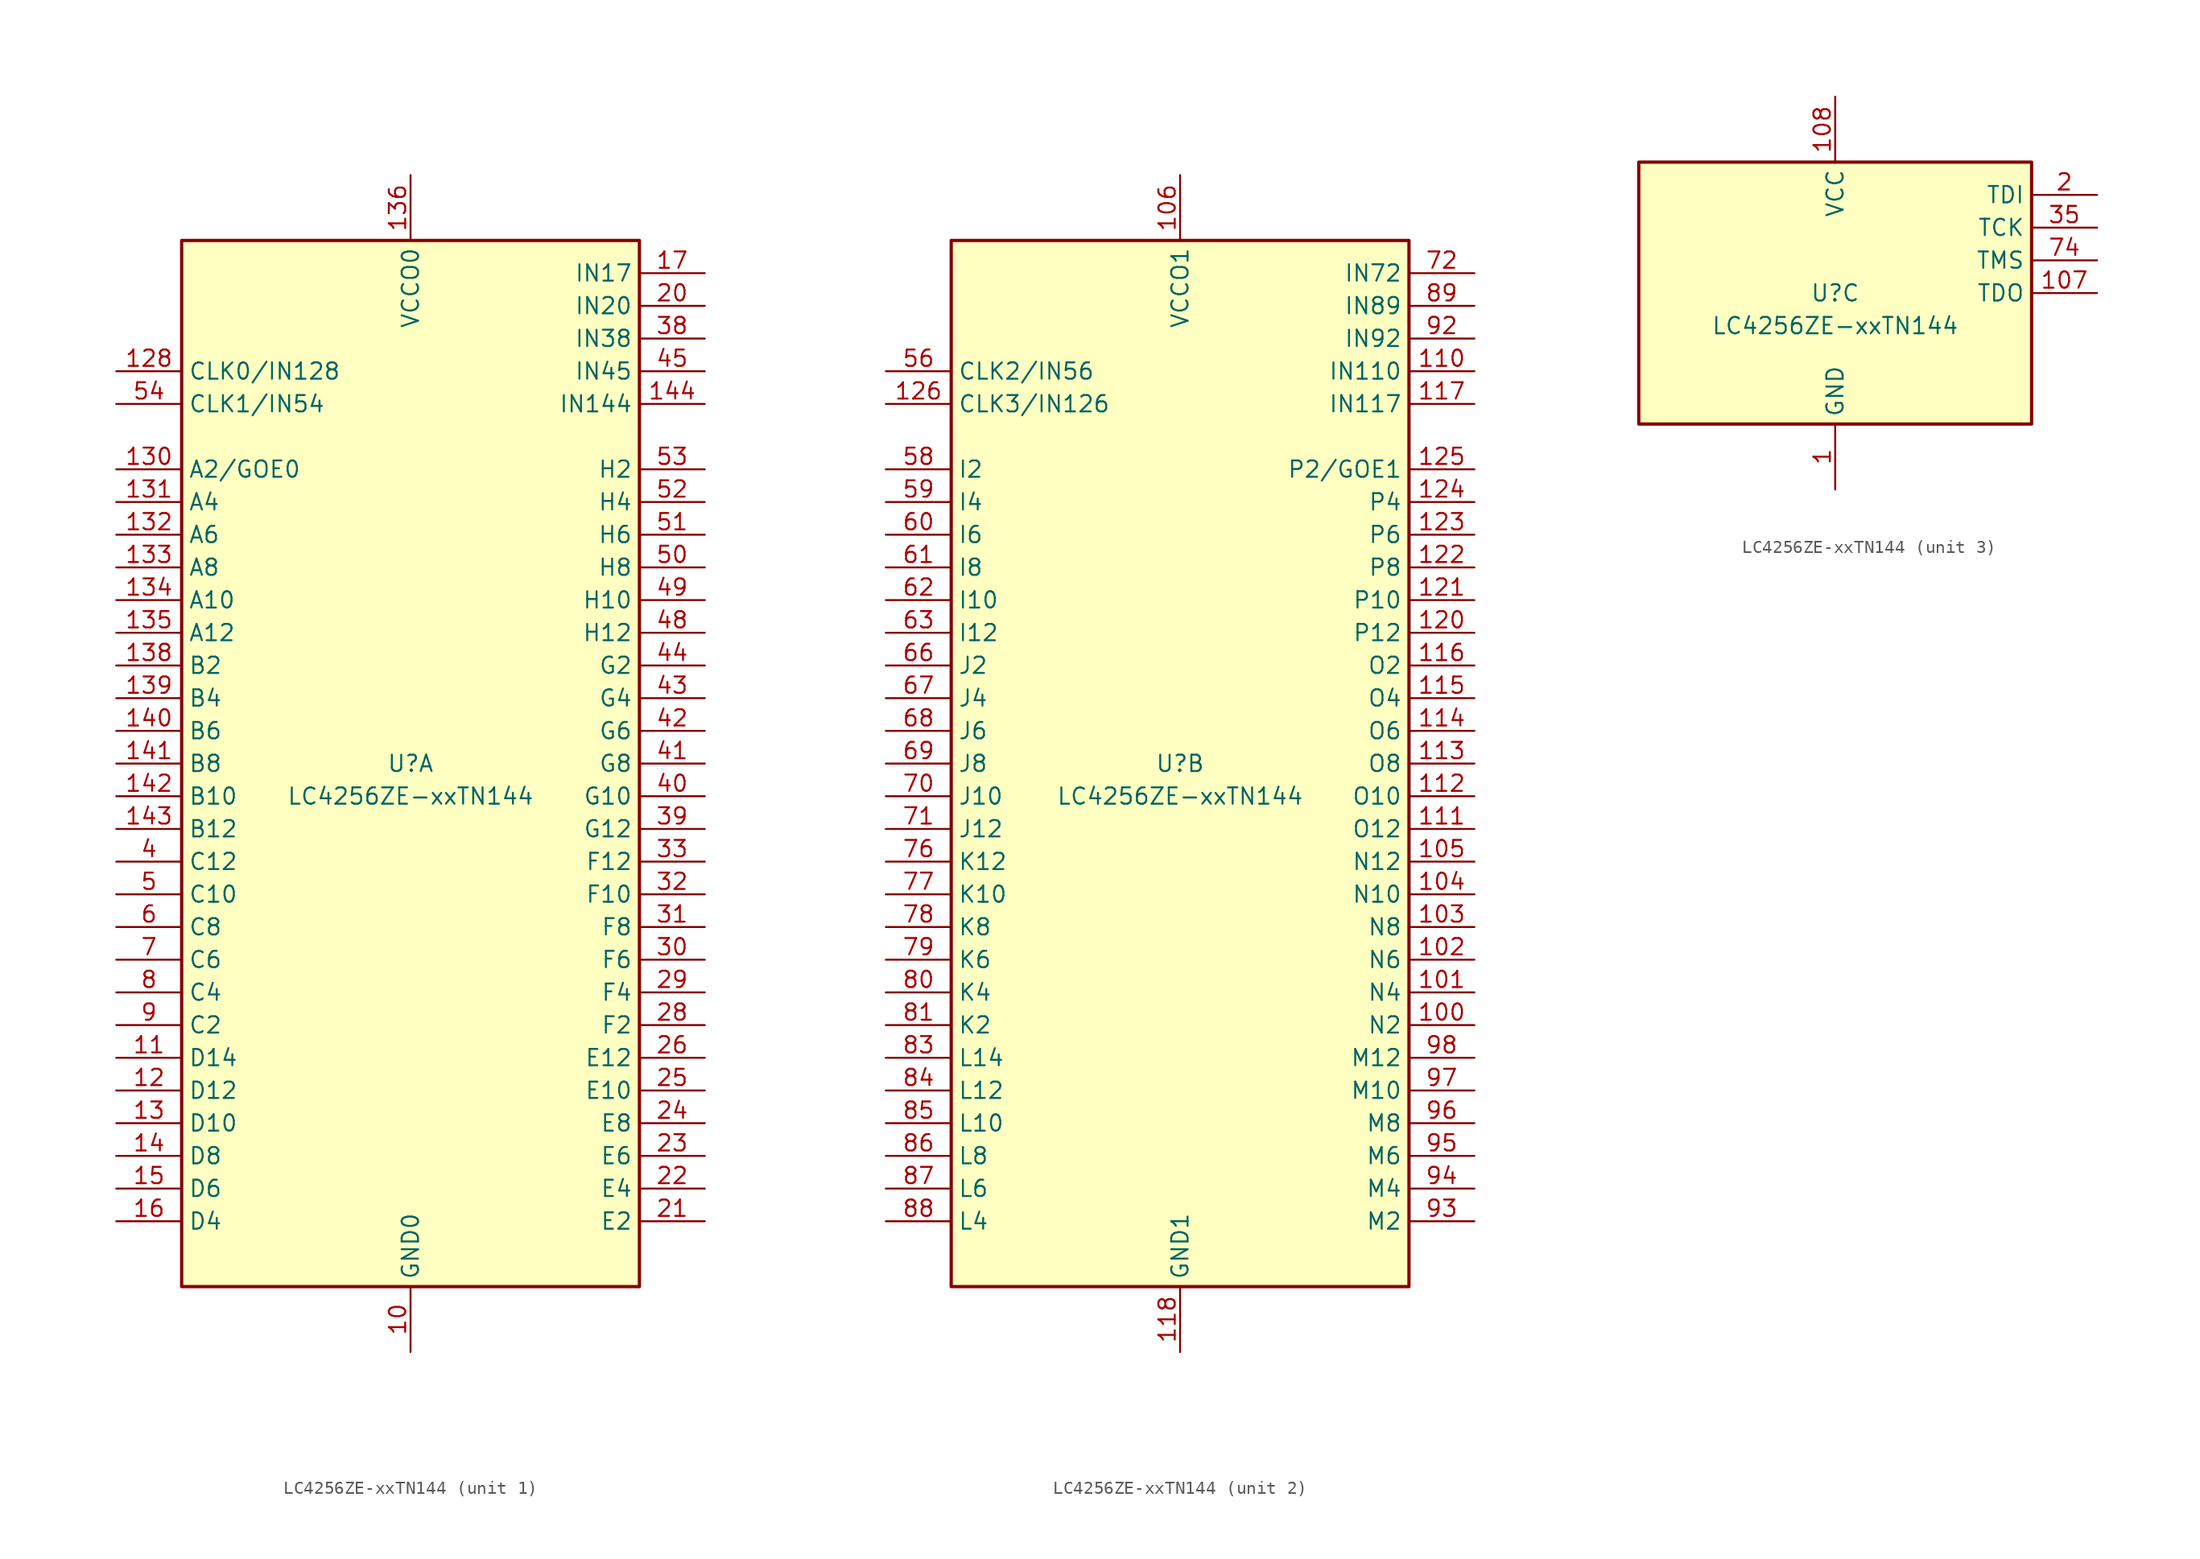
<source format=kicad_sym>
(kicad_symbol_lib
  (version 20210619)
  (generator kicad_symbol_editor)
  (symbol "Gekkio_CPLD_Lattice:LC4256ZE-xxTN144"
    (property "Reference" "U"
      (at 0 0 0)
      (effects (font (size 1.27 1.27))))
    (property "Value" "LC4256ZE-xxTN144"
      (at 0 -2.54 0)
      (effects (font (size 1.27 1.27))))
    (property "ki_locked" ""
      (at 0 0 0)
      (effects (font (size 1.27 1.27))))
    (symbol "LC4256ZE-xxTN144_1_1"
      (rectangle (start -17.78 40.64) (end 17.78 -40.64) (stroke (width 0.254)) (fill (type background)))
      (pin power_in line (at 0 -45.72 90) (length 5.08) (name "GND0" (effects (font (size 1.27 1.27)))) (number "10" (effects (font (size 1.27 1.27)))))
      (pin bidirectional line (at -22.86 -22.86 0) (length 5.08) (name "D14" (effects (font (size 1.27 1.27)))) (number "11" (effects (font (size 1.27 1.27)))))
      (pin bidirectional line (at -22.86 -25.4 0) (length 5.08) (name "D12" (effects (font (size 1.27 1.27)))) (number "12" (effects (font (size 1.27 1.27)))))
      (pin passive line (at 0 -45.72 90) (length 5.08) hide (name "GND0" (effects (font (size 1.27 1.27)))) (number "127" (effects (font (size 1.27 1.27)))))
      (pin input line (at -22.86 30.48 0) (length 5.08) (name "CLK0/IN128" (effects (font (size 1.27 1.27)))) (number "128" (effects (font (size 1.27 1.27)))))
      (pin bidirectional line (at -22.86 -27.94 0) (length 5.08) (name "D10" (effects (font (size 1.27 1.27)))) (number "13" (effects (font (size 1.27 1.27)))))
      (pin bidirectional line (at -22.86 22.86 0) (length 5.08) (name "A2/GOE0" (effects (font (size 1.27 1.27)))) (number "130" (effects (font (size 1.27 1.27)))))
      (pin bidirectional line (at -22.86 20.32 0) (length 5.08) (name "A4" (effects (font (size 1.27 1.27)))) (number "131" (effects (font (size 1.27 1.27)))))
      (pin bidirectional line (at -22.86 17.78 0) (length 5.08) (name "A6" (effects (font (size 1.27 1.27)))) (number "132" (effects (font (size 1.27 1.27)))))
      (pin bidirectional line (at -22.86 15.24 0) (length 5.08) (name "A8" (effects (font (size 1.27 1.27)))) (number "133" (effects (font (size 1.27 1.27)))))
      (pin bidirectional line (at -22.86 12.7 0) (length 5.08) (name "A10" (effects (font (size 1.27 1.27)))) (number "134" (effects (font (size 1.27 1.27)))))
      (pin bidirectional line (at -22.86 10.16 0) (length 5.08) (name "A12" (effects (font (size 1.27 1.27)))) (number "135" (effects (font (size 1.27 1.27)))))
      (pin power_in line (at 0 45.72 270) (length 5.08) (name "VCCO0" (effects (font (size 1.27 1.27)))) (number "136" (effects (font (size 1.27 1.27)))))
      (pin passive line (at 0 -45.72 90) (length 5.08) hide (name "GND0" (effects (font (size 1.27 1.27)))) (number "137" (effects (font (size 1.27 1.27)))))
      (pin bidirectional line (at -22.86 7.62 0) (length 5.08) (name "B2" (effects (font (size 1.27 1.27)))) (number "138" (effects (font (size 1.27 1.27)))))
      (pin bidirectional line (at -22.86 5.08 0) (length 5.08) (name "B4" (effects (font (size 1.27 1.27)))) (number "139" (effects (font (size 1.27 1.27)))))
      (pin bidirectional line (at -22.86 -30.48 0) (length 5.08) (name "D8" (effects (font (size 1.27 1.27)))) (number "14" (effects (font (size 1.27 1.27)))))
      (pin bidirectional line (at -22.86 2.54 0) (length 5.08) (name "B6" (effects (font (size 1.27 1.27)))) (number "140" (effects (font (size 1.27 1.27)))))
      (pin bidirectional line (at -22.86 0 0) (length 5.08) (name "B8" (effects (font (size 1.27 1.27)))) (number "141" (effects (font (size 1.27 1.27)))))
      (pin bidirectional line (at -22.86 -2.54 0) (length 5.08) (name "B10" (effects (font (size 1.27 1.27)))) (number "142" (effects (font (size 1.27 1.27)))))
      (pin bidirectional line (at -22.86 -5.08 0) (length 5.08) (name "B12" (effects (font (size 1.27 1.27)))) (number "143" (effects (font (size 1.27 1.27)))))
      (pin input line (at 22.86 27.94 180) (length 5.08) (name "IN144" (effects (font (size 1.27 1.27)))) (number "144" (effects (font (size 1.27 1.27)))))
      (pin bidirectional line (at -22.86 -33.02 0) (length 5.08) (name "D6" (effects (font (size 1.27 1.27)))) (number "15" (effects (font (size 1.27 1.27)))))
      (pin bidirectional line (at -22.86 -35.56 0) (length 5.08) (name "D4" (effects (font (size 1.27 1.27)))) (number "16" (effects (font (size 1.27 1.27)))))
      (pin input line (at 22.86 38.1 180) (length 5.08) (name "IN17" (effects (font (size 1.27 1.27)))) (number "17" (effects (font (size 1.27 1.27)))))
      (pin no_connect line (at -2.54 -40.64 90) (length 5.08) hide (name "NC" (effects (font (size 1.27 1.27)))) (number "18" (effects (font (size 1.27 1.27)))))
      (pin passive line (at 0 45.72 270) (length 5.08) hide (name "VCCO0" (effects (font (size 1.27 1.27)))) (number "19" (effects (font (size 1.27 1.27)))))
      (pin input line (at 22.86 35.56 180) (length 5.08) (name "IN20" (effects (font (size 1.27 1.27)))) (number "20" (effects (font (size 1.27 1.27)))))
      (pin bidirectional line (at 22.86 -35.56 180) (length 5.08) (name "E2" (effects (font (size 1.27 1.27)))) (number "21" (effects (font (size 1.27 1.27)))))
      (pin bidirectional line (at 22.86 -33.02 180) (length 5.08) (name "E4" (effects (font (size 1.27 1.27)))) (number "22" (effects (font (size 1.27 1.27)))))
      (pin bidirectional line (at 22.86 -30.48 180) (length 5.08) (name "E6" (effects (font (size 1.27 1.27)))) (number "23" (effects (font (size 1.27 1.27)))))
      (pin bidirectional line (at 22.86 -27.94 180) (length 5.08) (name "E8" (effects (font (size 1.27 1.27)))) (number "24" (effects (font (size 1.27 1.27)))))
      (pin bidirectional line (at 22.86 -25.4 180) (length 5.08) (name "E10" (effects (font (size 1.27 1.27)))) (number "25" (effects (font (size 1.27 1.27)))))
      (pin bidirectional line (at 22.86 -22.86 180) (length 5.08) (name "E12" (effects (font (size 1.27 1.27)))) (number "26" (effects (font (size 1.27 1.27)))))
      (pin passive line (at 0 -45.72 90) (length 5.08) hide (name "GND0" (effects (font (size 1.27 1.27)))) (number "27" (effects (font (size 1.27 1.27)))))
      (pin bidirectional line (at 22.86 -20.32 180) (length 5.08) (name "F2" (effects (font (size 1.27 1.27)))) (number "28" (effects (font (size 1.27 1.27)))))
      (pin bidirectional line (at 22.86 -17.78 180) (length 5.08) (name "F4" (effects (font (size 1.27 1.27)))) (number "29" (effects (font (size 1.27 1.27)))))
      (pin passive line (at 0 45.72 270) (length 5.08) hide (name "VCCO0" (effects (font (size 1.27 1.27)))) (number "3" (effects (font (size 1.27 1.27)))))
      (pin bidirectional line (at 22.86 -15.24 180) (length 5.08) (name "F6" (effects (font (size 1.27 1.27)))) (number "30" (effects (font (size 1.27 1.27)))))
      (pin bidirectional line (at 22.86 -12.7 180) (length 5.08) (name "F8" (effects (font (size 1.27 1.27)))) (number "31" (effects (font (size 1.27 1.27)))))
      (pin bidirectional line (at 22.86 -10.16 180) (length 5.08) (name "F10" (effects (font (size 1.27 1.27)))) (number "32" (effects (font (size 1.27 1.27)))))
      (pin bidirectional line (at 22.86 -7.62 180) (length 5.08) (name "F12" (effects (font (size 1.27 1.27)))) (number "33" (effects (font (size 1.27 1.27)))))
      (pin passive line (at 0 45.72 270) (length 5.08) hide (name "VCCO0" (effects (font (size 1.27 1.27)))) (number "34" (effects (font (size 1.27 1.27)))))
      (pin input line (at 22.86 33.02 180) (length 5.08) (name "IN38" (effects (font (size 1.27 1.27)))) (number "38" (effects (font (size 1.27 1.27)))))
      (pin bidirectional line (at 22.86 -5.08 180) (length 5.08) (name "G12" (effects (font (size 1.27 1.27)))) (number "39" (effects (font (size 1.27 1.27)))))
      (pin bidirectional line (at -22.86 -7.62 0) (length 5.08) (name "C12" (effects (font (size 1.27 1.27)))) (number "4" (effects (font (size 1.27 1.27)))))
      (pin bidirectional line (at 22.86 -2.54 180) (length 5.08) (name "G10" (effects (font (size 1.27 1.27)))) (number "40" (effects (font (size 1.27 1.27)))))
      (pin bidirectional line (at 22.86 0 180) (length 5.08) (name "G8" (effects (font (size 1.27 1.27)))) (number "41" (effects (font (size 1.27 1.27)))))
      (pin bidirectional line (at 22.86 2.54 180) (length 5.08) (name "G6" (effects (font (size 1.27 1.27)))) (number "42" (effects (font (size 1.27 1.27)))))
      (pin bidirectional line (at 22.86 5.08 180) (length 5.08) (name "G4" (effects (font (size 1.27 1.27)))) (number "43" (effects (font (size 1.27 1.27)))))
      (pin bidirectional line (at 22.86 7.62 180) (length 5.08) (name "G2" (effects (font (size 1.27 1.27)))) (number "44" (effects (font (size 1.27 1.27)))))
      (pin input line (at 22.86 30.48 180) (length 5.08) (name "IN45" (effects (font (size 1.27 1.27)))) (number "45" (effects (font (size 1.27 1.27)))))
      (pin passive line (at 0 -45.72 90) (length 5.08) hide (name "GND0" (effects (font (size 1.27 1.27)))) (number "46" (effects (font (size 1.27 1.27)))))
      (pin passive line (at 0 45.72 270) (length 5.08) hide (name "VCCO0" (effects (font (size 1.27 1.27)))) (number "47" (effects (font (size 1.27 1.27)))))
      (pin bidirectional line (at 22.86 10.16 180) (length 5.08) (name "H12" (effects (font (size 1.27 1.27)))) (number "48" (effects (font (size 1.27 1.27)))))
      (pin bidirectional line (at 22.86 12.7 180) (length 5.08) (name "H10" (effects (font (size 1.27 1.27)))) (number "49" (effects (font (size 1.27 1.27)))))
      (pin bidirectional line (at -22.86 -10.16 0) (length 5.08) (name "C10" (effects (font (size 1.27 1.27)))) (number "5" (effects (font (size 1.27 1.27)))))
      (pin bidirectional line (at 22.86 15.24 180) (length 5.08) (name "H8" (effects (font (size 1.27 1.27)))) (number "50" (effects (font (size 1.27 1.27)))))
      (pin bidirectional line (at 22.86 17.78 180) (length 5.08) (name "H6" (effects (font (size 1.27 1.27)))) (number "51" (effects (font (size 1.27 1.27)))))
      (pin bidirectional line (at 22.86 20.32 180) (length 5.08) (name "H4" (effects (font (size 1.27 1.27)))) (number "52" (effects (font (size 1.27 1.27)))))
      (pin bidirectional line (at 22.86 22.86 180) (length 5.08) (name "H2" (effects (font (size 1.27 1.27)))) (number "53" (effects (font (size 1.27 1.27)))))
      (pin input line (at -22.86 27.94 0) (length 5.08) (name "CLK1/IN54" (effects (font (size 1.27 1.27)))) (number "54" (effects (font (size 1.27 1.27)))))
      (pin bidirectional line (at -22.86 -12.7 0) (length 5.08) (name "C8" (effects (font (size 1.27 1.27)))) (number "6" (effects (font (size 1.27 1.27)))))
      (pin bidirectional line (at -22.86 -15.24 0) (length 5.08) (name "C6" (effects (font (size 1.27 1.27)))) (number "7" (effects (font (size 1.27 1.27)))))
      (pin bidirectional line (at -22.86 -17.78 0) (length 5.08) (name "C4" (effects (font (size 1.27 1.27)))) (number "8" (effects (font (size 1.27 1.27)))))
      (pin bidirectional line (at -22.86 -20.32 0) (length 5.08) (name "C2" (effects (font (size 1.27 1.27)))) (number "9" (effects (font (size 1.27 1.27))))))
    (symbol "LC4256ZE-xxTN144_2_1"
      (rectangle (start -17.78 40.64) (end 17.78 -40.64) (stroke (width 0.254)) (fill (type background)))
      (pin bidirectional line (at 22.86 -20.32 180) (length 5.08) (name "N2" (effects (font (size 1.27 1.27)))) (number "100" (effects (font (size 1.27 1.27)))))
      (pin bidirectional line (at 22.86 -17.78 180) (length 5.08) (name "N4" (effects (font (size 1.27 1.27)))) (number "101" (effects (font (size 1.27 1.27)))))
      (pin bidirectional line (at 22.86 -15.24 180) (length 5.08) (name "N6" (effects (font (size 1.27 1.27)))) (number "102" (effects (font (size 1.27 1.27)))))
      (pin bidirectional line (at 22.86 -12.7 180) (length 5.08) (name "N8" (effects (font (size 1.27 1.27)))) (number "103" (effects (font (size 1.27 1.27)))))
      (pin bidirectional line (at 22.86 -10.16 180) (length 5.08) (name "N10" (effects (font (size 1.27 1.27)))) (number "104" (effects (font (size 1.27 1.27)))))
      (pin bidirectional line (at 22.86 -7.62 180) (length 5.08) (name "N12" (effects (font (size 1.27 1.27)))) (number "105" (effects (font (size 1.27 1.27)))))
      (pin power_in line (at 0 45.72 270) (length 5.08) (name "VCCO1" (effects (font (size 1.27 1.27)))) (number "106" (effects (font (size 1.27 1.27)))))
      (pin input line (at 22.86 30.48 180) (length 5.08) (name "IN110" (effects (font (size 1.27 1.27)))) (number "110" (effects (font (size 1.27 1.27)))))
      (pin bidirectional line (at 22.86 -5.08 180) (length 5.08) (name "O12" (effects (font (size 1.27 1.27)))) (number "111" (effects (font (size 1.27 1.27)))))
      (pin bidirectional line (at 22.86 -2.54 180) (length 5.08) (name "O10" (effects (font (size 1.27 1.27)))) (number "112" (effects (font (size 1.27 1.27)))))
      (pin bidirectional line (at 22.86 0 180) (length 5.08) (name "O8" (effects (font (size 1.27 1.27)))) (number "113" (effects (font (size 1.27 1.27)))))
      (pin bidirectional line (at 22.86 2.54 180) (length 5.08) (name "O6" (effects (font (size 1.27 1.27)))) (number "114" (effects (font (size 1.27 1.27)))))
      (pin bidirectional line (at 22.86 5.08 180) (length 5.08) (name "O4" (effects (font (size 1.27 1.27)))) (number "115" (effects (font (size 1.27 1.27)))))
      (pin bidirectional line (at 22.86 7.62 180) (length 5.08) (name "O2" (effects (font (size 1.27 1.27)))) (number "116" (effects (font (size 1.27 1.27)))))
      (pin input line (at 22.86 27.94 180) (length 5.08) (name "IN117" (effects (font (size 1.27 1.27)))) (number "117" (effects (font (size 1.27 1.27)))))
      (pin power_in line (at 0 -45.72 90) (length 5.08) (name "GND1" (effects (font (size 1.27 1.27)))) (number "118" (effects (font (size 1.27 1.27)))))
      (pin passive line (at 0 45.72 270) (length 5.08) hide (name "VCCO1" (effects (font (size 1.27 1.27)))) (number "119" (effects (font (size 1.27 1.27)))))
      (pin bidirectional line (at 22.86 10.16 180) (length 5.08) (name "P12" (effects (font (size 1.27 1.27)))) (number "120" (effects (font (size 1.27 1.27)))))
      (pin bidirectional line (at 22.86 12.7 180) (length 5.08) (name "P10" (effects (font (size 1.27 1.27)))) (number "121" (effects (font (size 1.27 1.27)))))
      (pin bidirectional line (at 22.86 15.24 180) (length 5.08) (name "P8" (effects (font (size 1.27 1.27)))) (number "122" (effects (font (size 1.27 1.27)))))
      (pin bidirectional line (at 22.86 17.78 180) (length 5.08) (name "P6" (effects (font (size 1.27 1.27)))) (number "123" (effects (font (size 1.27 1.27)))))
      (pin bidirectional line (at 22.86 20.32 180) (length 5.08) (name "P4" (effects (font (size 1.27 1.27)))) (number "124" (effects (font (size 1.27 1.27)))))
      (pin bidirectional line (at 22.86 22.86 180) (length 5.08) (name "P2/GOE1" (effects (font (size 1.27 1.27)))) (number "125" (effects (font (size 1.27 1.27)))))
      (pin input line (at -22.86 27.94 0) (length 5.08) (name "CLK3/IN126" (effects (font (size 1.27 1.27)))) (number "126" (effects (font (size 1.27 1.27)))))
      (pin passive line (at 0 -45.72 90) (length 5.08) hide (name "GND1" (effects (font (size 1.27 1.27)))) (number "55" (effects (font (size 1.27 1.27)))))
      (pin input line (at -22.86 30.48 0) (length 5.08) (name "CLK2/IN56" (effects (font (size 1.27 1.27)))) (number "56" (effects (font (size 1.27 1.27)))))
      (pin bidirectional line (at -22.86 22.86 0) (length 5.08) (name "I2" (effects (font (size 1.27 1.27)))) (number "58" (effects (font (size 1.27 1.27)))))
      (pin bidirectional line (at -22.86 20.32 0) (length 5.08) (name "I4" (effects (font (size 1.27 1.27)))) (number "59" (effects (font (size 1.27 1.27)))))
      (pin bidirectional line (at -22.86 17.78 0) (length 5.08) (name "I6" (effects (font (size 1.27 1.27)))) (number "60" (effects (font (size 1.27 1.27)))))
      (pin bidirectional line (at -22.86 15.24 0) (length 5.08) (name "I8" (effects (font (size 1.27 1.27)))) (number "61" (effects (font (size 1.27 1.27)))))
      (pin bidirectional line (at -22.86 12.7 0) (length 5.08) (name "I10" (effects (font (size 1.27 1.27)))) (number "62" (effects (font (size 1.27 1.27)))))
      (pin bidirectional line (at -22.86 10.16 0) (length 5.08) (name "I12" (effects (font (size 1.27 1.27)))) (number "63" (effects (font (size 1.27 1.27)))))
      (pin passive line (at 0 45.72 270) (length 5.08) hide (name "VCCO1" (effects (font (size 1.27 1.27)))) (number "64" (effects (font (size 1.27 1.27)))))
      (pin passive line (at 0 -45.72 90) (length 5.08) hide (name "GND1" (effects (font (size 1.27 1.27)))) (number "65" (effects (font (size 1.27 1.27)))))
      (pin bidirectional line (at -22.86 7.62 0) (length 5.08) (name "J2" (effects (font (size 1.27 1.27)))) (number "66" (effects (font (size 1.27 1.27)))))
      (pin bidirectional line (at -22.86 5.08 0) (length 5.08) (name "J4" (effects (font (size 1.27 1.27)))) (number "67" (effects (font (size 1.27 1.27)))))
      (pin bidirectional line (at -22.86 2.54 0) (length 5.08) (name "J6" (effects (font (size 1.27 1.27)))) (number "68" (effects (font (size 1.27 1.27)))))
      (pin bidirectional line (at -22.86 0 0) (length 5.08) (name "J8" (effects (font (size 1.27 1.27)))) (number "69" (effects (font (size 1.27 1.27)))))
      (pin bidirectional line (at -22.86 -2.54 0) (length 5.08) (name "J10" (effects (font (size 1.27 1.27)))) (number "70" (effects (font (size 1.27 1.27)))))
      (pin bidirectional line (at -22.86 -5.08 0) (length 5.08) (name "J12" (effects (font (size 1.27 1.27)))) (number "71" (effects (font (size 1.27 1.27)))))
      (pin input line (at 22.86 38.1 180) (length 5.08) (name "IN72" (effects (font (size 1.27 1.27)))) (number "72" (effects (font (size 1.27 1.27)))))
      (pin passive line (at 0 45.72 270) (length 5.08) hide (name "VCCO1" (effects (font (size 1.27 1.27)))) (number "75" (effects (font (size 1.27 1.27)))))
      (pin bidirectional line (at -22.86 -7.62 0) (length 5.08) (name "K12" (effects (font (size 1.27 1.27)))) (number "76" (effects (font (size 1.27 1.27)))))
      (pin bidirectional line (at -22.86 -10.16 0) (length 5.08) (name "K10" (effects (font (size 1.27 1.27)))) (number "77" (effects (font (size 1.27 1.27)))))
      (pin bidirectional line (at -22.86 -12.7 0) (length 5.08) (name "K8" (effects (font (size 1.27 1.27)))) (number "78" (effects (font (size 1.27 1.27)))))
      (pin bidirectional line (at -22.86 -15.24 0) (length 5.08) (name "K6" (effects (font (size 1.27 1.27)))) (number "79" (effects (font (size 1.27 1.27)))))
      (pin bidirectional line (at -22.86 -17.78 0) (length 5.08) (name "K4" (effects (font (size 1.27 1.27)))) (number "80" (effects (font (size 1.27 1.27)))))
      (pin bidirectional line (at -22.86 -20.32 0) (length 5.08) (name "K2" (effects (font (size 1.27 1.27)))) (number "81" (effects (font (size 1.27 1.27)))))
      (pin passive line (at 0 -45.72 90) (length 5.08) hide (name "GND1" (effects (font (size 1.27 1.27)))) (number "82" (effects (font (size 1.27 1.27)))))
      (pin bidirectional line (at -22.86 -22.86 0) (length 5.08) (name "L14" (effects (font (size 1.27 1.27)))) (number "83" (effects (font (size 1.27 1.27)))))
      (pin bidirectional line (at -22.86 -25.4 0) (length 5.08) (name "L12" (effects (font (size 1.27 1.27)))) (number "84" (effects (font (size 1.27 1.27)))))
      (pin bidirectional line (at -22.86 -27.94 0) (length 5.08) (name "L10" (effects (font (size 1.27 1.27)))) (number "85" (effects (font (size 1.27 1.27)))))
      (pin bidirectional line (at -22.86 -30.48 0) (length 5.08) (name "L8" (effects (font (size 1.27 1.27)))) (number "86" (effects (font (size 1.27 1.27)))))
      (pin bidirectional line (at -22.86 -33.02 0) (length 5.08) (name "L6" (effects (font (size 1.27 1.27)))) (number "87" (effects (font (size 1.27 1.27)))))
      (pin bidirectional line (at -22.86 -35.56 0) (length 5.08) (name "L4" (effects (font (size 1.27 1.27)))) (number "88" (effects (font (size 1.27 1.27)))))
      (pin input line (at 22.86 35.56 180) (length 5.08) (name "IN89" (effects (font (size 1.27 1.27)))) (number "89" (effects (font (size 1.27 1.27)))))
      (pin no_connect line (at 2.54 -40.64 90) (length 5.08) hide (name "NC" (effects (font (size 1.27 1.27)))) (number "90" (effects (font (size 1.27 1.27)))))
      (pin passive line (at 0 45.72 270) (length 5.08) hide (name "VCCO1" (effects (font (size 1.27 1.27)))) (number "91" (effects (font (size 1.27 1.27)))))
      (pin input line (at 22.86 33.02 180) (length 5.08) (name "IN92" (effects (font (size 1.27 1.27)))) (number "92" (effects (font (size 1.27 1.27)))))
      (pin bidirectional line (at 22.86 -35.56 180) (length 5.08) (name "M2" (effects (font (size 1.27 1.27)))) (number "93" (effects (font (size 1.27 1.27)))))
      (pin bidirectional line (at 22.86 -33.02 180) (length 5.08) (name "M4" (effects (font (size 1.27 1.27)))) (number "94" (effects (font (size 1.27 1.27)))))
      (pin bidirectional line (at 22.86 -30.48 180) (length 5.08) (name "M6" (effects (font (size 1.27 1.27)))) (number "95" (effects (font (size 1.27 1.27)))))
      (pin bidirectional line (at 22.86 -27.94 180) (length 5.08) (name "M8" (effects (font (size 1.27 1.27)))) (number "96" (effects (font (size 1.27 1.27)))))
      (pin bidirectional line (at 22.86 -25.4 180) (length 5.08) (name "M10" (effects (font (size 1.27 1.27)))) (number "97" (effects (font (size 1.27 1.27)))))
      (pin bidirectional line (at 22.86 -22.86 180) (length 5.08) (name "M12" (effects (font (size 1.27 1.27)))) (number "98" (effects (font (size 1.27 1.27)))))
      (pin passive line (at 0 -45.72 90) (length 5.08) hide (name "GND1" (effects (font (size 1.27 1.27)))) (number "99" (effects (font (size 1.27 1.27))))))
    (symbol "LC4256ZE-xxTN144_3_1"
      (rectangle (start -15.24 10.16) (end 15.24 -10.16) (stroke (width 0.254)) (fill (type background)))
      (pin power_in line (at 0 -15.24 90) (length 5.08) (name "GND" (effects (font (size 1.27 1.27)))) (number "1" (effects (font (size 1.27 1.27)))))
      (pin output line (at 20.32 0 180) (length 5.08) (name "TDO" (effects (font (size 1.27 1.27)))) (number "107" (effects (font (size 1.27 1.27)))))
      (pin power_in line (at 0 15.24 270) (length 5.08) (name "VCC" (effects (font (size 1.27 1.27)))) (number "108" (effects (font (size 1.27 1.27)))))
      (pin passive line (at 0 -15.24 90) (length 5.08) hide (name "GND" (effects (font (size 1.27 1.27)))) (number "109" (effects (font (size 1.27 1.27)))))
      (pin passive line (at 0 15.24 270) (length 5.08) hide (name "VCC" (effects (font (size 1.27 1.27)))) (number "129" (effects (font (size 1.27 1.27)))))
      (pin input line (at 20.32 7.62 180) (length 5.08) (name "TDI" (effects (font (size 1.27 1.27)))) (number "2" (effects (font (size 1.27 1.27)))))
      (pin input line (at 20.32 5.08 180) (length 5.08) (name "TCK" (effects (font (size 1.27 1.27)))) (number "35" (effects (font (size 1.27 1.27)))))
      (pin passive line (at 0 15.24 270) (length 5.08) hide (name "VCC" (effects (font (size 1.27 1.27)))) (number "36" (effects (font (size 1.27 1.27)))))
      (pin passive line (at 0 -15.24 90) (length 5.08) hide (name "GND" (effects (font (size 1.27 1.27)))) (number "37" (effects (font (size 1.27 1.27)))))
      (pin passive line (at 0 15.24 270) (length 5.08) hide (name "VCC" (effects (font (size 1.27 1.27)))) (number "57" (effects (font (size 1.27 1.27)))))
      (pin passive line (at 0 -15.24 90) (length 5.08) hide (name "GND" (effects (font (size 1.27 1.27)))) (number "73" (effects (font (size 1.27 1.27)))))
      (pin input line (at 20.32 2.54 180) (length 5.08) (name "TMS" (effects (font (size 1.27 1.27)))) (number "74" (effects (font (size 1.27 1.27))))))))
</source>
